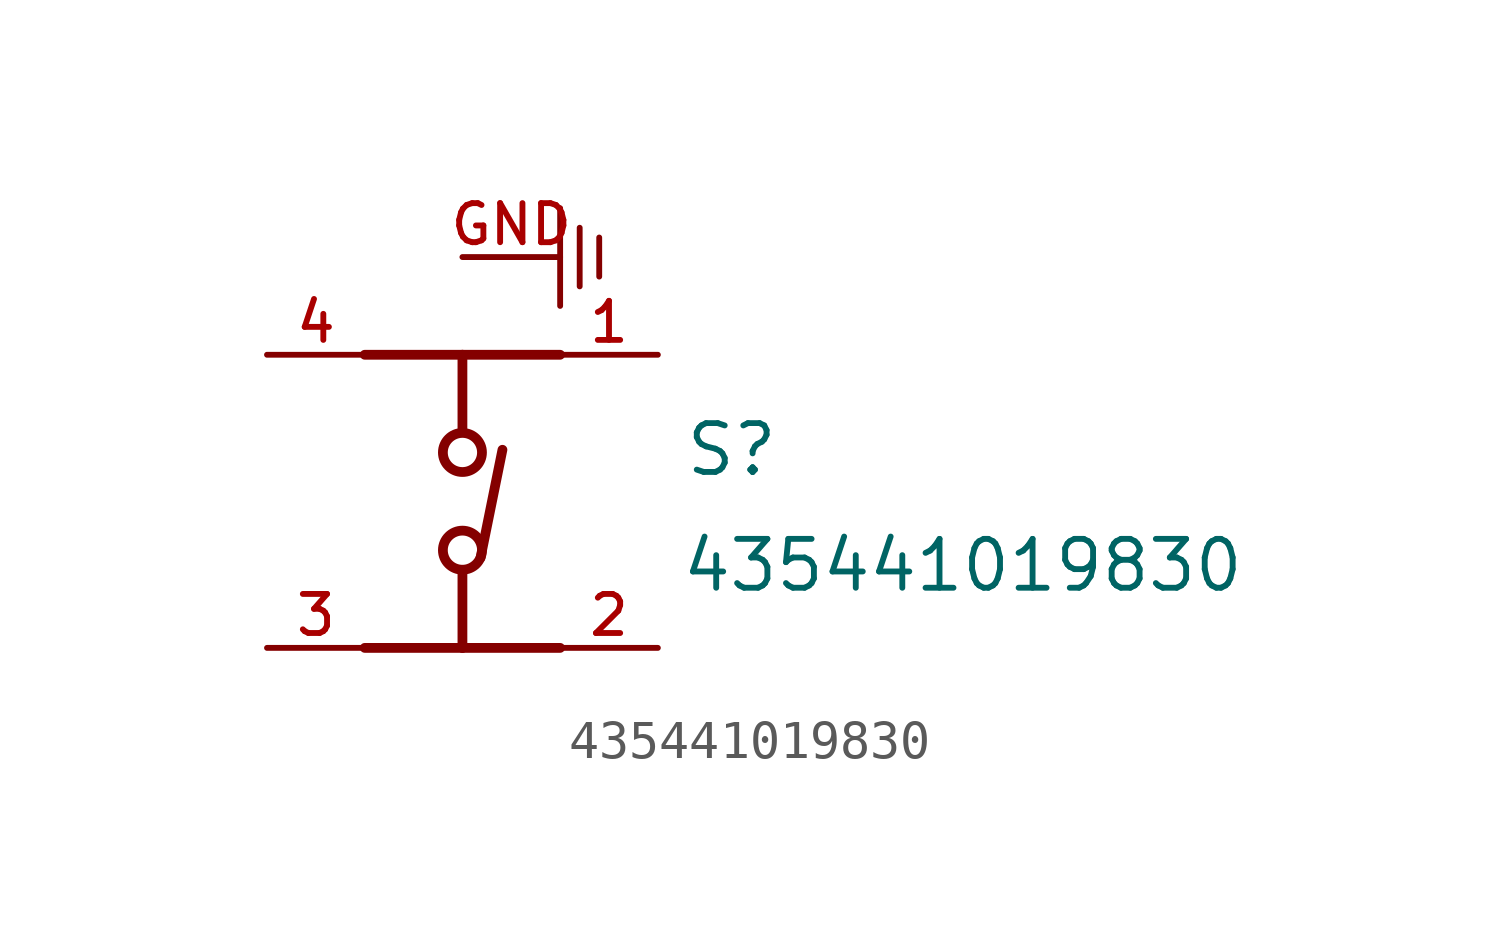
<source format=kicad_sym>
(kicad_symbol_lib
  (version 20211014)
  (generator kicad_symbol_editor)
  (symbol "435441019830"
    (pin_names
      (offset 1.016))
    (property "Reference" "S"
      (at 5.75 1.87 0)
      (effects (font (size 1.27 1.27)) (justify left bottom)))
    (property "Value" "435441019830"
      (at 5.65 -1.14 0)
      (effects (font (size 1.27 1.27)) (justify left bottom)))
    (symbol "435441019830_0_0"
      (polyline (pts (xy -2.54 -2.54) (xy 0 -2.54)) (stroke (width 0.254) (type default) (color 0 0 0 0)) (fill (type none)))
      (polyline (pts (xy -2.54 5.08) (xy 0 5.08)) (stroke (width 0.254) (type default) (color 0 0 0 0)) (fill (type none)))
      (polyline (pts (xy 0 -2.54) (xy 2.54 -2.54)) (stroke (width 0.254) (type default) (color 0 0 0 0)) (fill (type none)))
      (polyline (pts (xy 0 -0.635) (xy 0 -2.54)) (stroke (width 0.254) (type default) (color 0 0 0 0)) (fill (type none)))
      (polyline (pts (xy 0 5.08) (xy 0 3.175)) (stroke (width 0.254) (type default) (color 0 0 0 0)) (fill (type none)))
      (polyline (pts (xy 0 5.08) (xy 2.54 5.08)) (stroke (width 0.254) (type default) (color 0 0 0 0)) (fill (type none)))
      (polyline (pts (xy 0.47 -0.2) (xy 1.04 2.61)) (stroke (width 0.254) (type default) (color 0 0 0 0)) (fill (type none)))
      (polyline (pts (xy 2.54 6.35) (xy 2.54 8.89)) (stroke (width 0.152) (type default) (color 0 0 0 0)) (fill (type none)))
      (polyline (pts (xy 3.048 6.858) (xy 3.048 8.382)) (stroke (width 0.152) (type default) (color 0 0 0 0)) (fill (type none)))
      (polyline (pts (xy 3.556 7.112) (xy 3.556 8.128)) (stroke (width 0.152) (type default) (color 0 0 0 0)) (fill (type none)))
      (circle (center 0 0) (radius 0.508) (stroke (width 0.254) (type default) (color 0 0 0 0)) (fill (type none)))
      (circle (center 0 2.54) (radius 0.508) (stroke (width 0.254) (type default) (color 0 0 0 0)) (fill (type none)))
      (pin passive line (at 5.08 5.08 180) (length 2.54) (name "~" (effects (font (size 1.016 1.016)))) (number "1" (effects (font (size 1.016 1.016)))))
      (pin passive line (at 5.08 -2.54 180) (length 2.54) (name "~" (effects (font (size 1.016 1.016)))) (number "2" (effects (font (size 1.016 1.016)))))
      (pin passive line (at -5.08 -2.54 0) (length 2.54) (name "~" (effects (font (size 1.016 1.016)))) (number "3" (effects (font (size 1.016 1.016)))))
      (pin passive line (at -5.08 5.08 0) (length 2.54) (name "~" (effects (font (size 1.016 1.016)))) (number "4" (effects (font (size 1.016 1.016)))))
      (pin passive line (at 0 7.62 0) (length 2.54) (name "~" (effects (font (size 1.016 1.016)))) (number "GND" (effects (font (size 1.016 1.016))))))))
</source>
